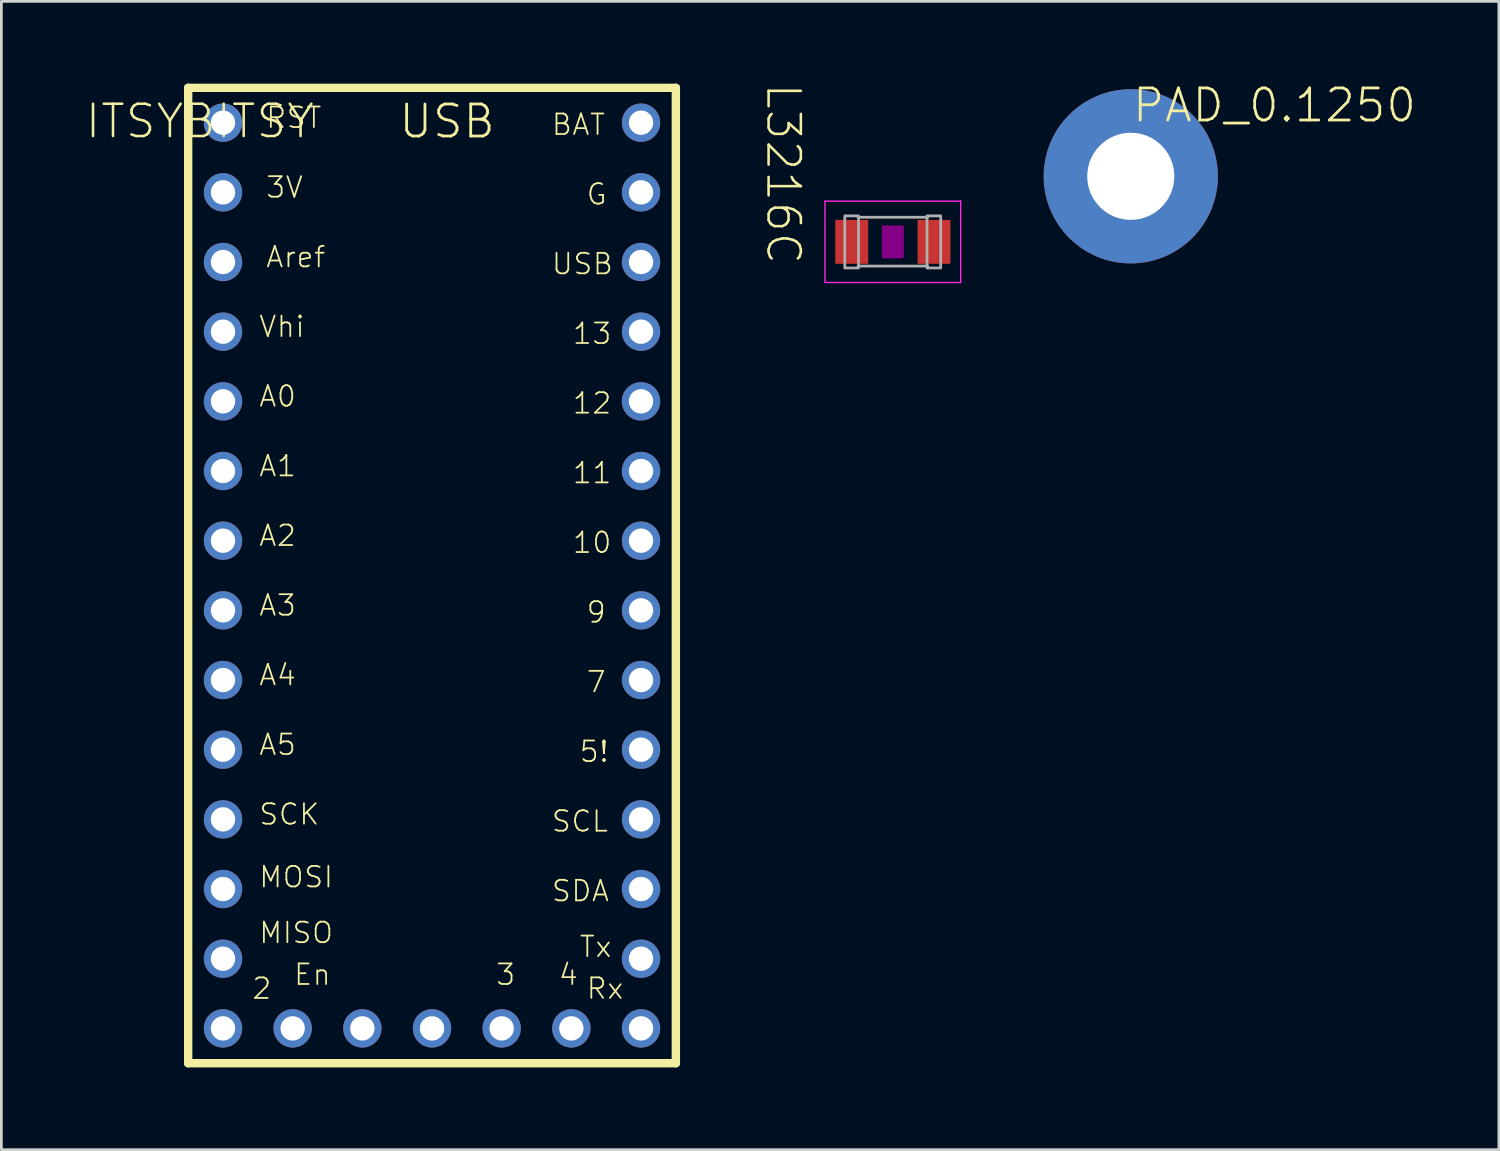
<source format=kicad_pcb>
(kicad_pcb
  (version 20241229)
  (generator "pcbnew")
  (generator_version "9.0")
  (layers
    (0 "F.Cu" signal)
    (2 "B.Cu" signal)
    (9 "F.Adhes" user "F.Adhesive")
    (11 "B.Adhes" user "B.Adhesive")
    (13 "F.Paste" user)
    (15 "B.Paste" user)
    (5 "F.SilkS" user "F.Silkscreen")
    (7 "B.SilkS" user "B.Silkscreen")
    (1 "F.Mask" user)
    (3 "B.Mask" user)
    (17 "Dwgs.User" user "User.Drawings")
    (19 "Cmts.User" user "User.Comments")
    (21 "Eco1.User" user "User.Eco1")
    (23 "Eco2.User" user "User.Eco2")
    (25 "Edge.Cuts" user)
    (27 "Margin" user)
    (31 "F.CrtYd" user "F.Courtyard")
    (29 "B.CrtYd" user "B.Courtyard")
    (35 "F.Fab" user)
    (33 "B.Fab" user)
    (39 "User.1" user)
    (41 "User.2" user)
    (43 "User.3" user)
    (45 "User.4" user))
  (footprint "L3216C"
    (layer "F.Cu")
    (at 29.501 5.767)
    (property "Reference" "L3216C" (at -3.302 0.889 270) (unlocked yes) (layer "F.SilkS") (effects (font (size 1.177 1.177) (thickness 0.093)) (justify right top)))
    (fp_poly (pts (xy -0.4 0.6) (xy 0.4 0.6) (xy 0.4 -0.6) (xy -0.4 -0.6)) (stroke (width 0) (type default)) (fill yes) (layer "F.Adhes"))
    (fp_line (start -2.473 -1.483) (end 2.473 -1.483) (stroke (width 0.051) (type solid)) (layer "F.CrtYd"))
    (fp_line (start -2.473 1.483) (end -2.473 -1.483) (stroke (width 0.051) (type solid)) (layer "F.CrtYd"))
    (fp_line (start 2.473 -1.483) (end 2.473 1.483) (stroke (width 0.051) (type solid)) (layer "F.CrtYd"))
    (fp_line (start 2.473 1.483) (end -2.473 1.483) (stroke (width 0.051) (type solid)) (layer "F.CrtYd"))
    (fp_line (start -1.27 -0.896) (end 1.27 -0.896) (stroke (width 0.102) (type solid)) (layer "F.Fab"))
    (fp_line (start -1.27 0.883) (end 1.27 0.883) (stroke (width 0.102) (type solid)) (layer "F.Fab"))
    (fp_poly (pts (xy -1.753 0.953) (xy -1.252 0.953) (xy -1.252 -0.947) (xy -1.753 -0.947)) (stroke (width 0.1) (type default)) (fill no) (layer "F.Fab"))
    (fp_poly (pts (xy 1.245 0.953) (xy 1.745 0.953) (xy 1.745 -0.947) (xy 1.245 -0.947)) (stroke (width 0.1) (type default)) (fill no) (layer "F.Fab"))
    (pad "1" smd rect (at -1.5 0) (size 1.2 1.6) (layers "F.Cu" "F.Mask" "F.Paste"))
    (pad "2" smd rect (at 1.5 0) (size 1.2 1.6) (layers "F.Cu" "F.Mask" "F.Paste")))
  (footprint "ITSYBITSY"
    (layer "F.Cu")
    (at 12.7 15.392)
    (property "Reference" "ITSYBITSY" (at -12.7 -13.335 0) (unlocked yes) (layer "F.SilkS") (effects (font (size 1.177 1.177) (thickness 0.093)) (justify left bottom)))
    (fp_line (start -8.89 -15.24) (end 8.89 -15.24) (stroke (width 0.305) (type solid)) (layer "F.SilkS"))
    (fp_line (start -8.89 20.32) (end -8.89 -15.24) (stroke (width 0.305) (type solid)) (layer "F.SilkS"))
    (fp_line (start 8.89 -15.24) (end 8.89 20.32) (stroke (width 0.305) (type solid)) (layer "F.SilkS"))
    (fp_line (start 8.89 20.32) (end -8.89 20.32) (stroke (width 0.305) (type solid)) (layer "F.SilkS"))
    (fp_text user "3V" (at -6.096 -11.176 0) (unlocked yes) (layer "F.SilkS") (effects (font (size 0.748 0.748) (thickness 0.065)) (justify left bottom)))
    (fp_text user "RST" (at -6.096 -13.716 0) (unlocked yes) (layer "F.SilkS") (effects (font (size 0.748 0.748) (thickness 0.065)) (justify left bottom)))
    (fp_text user "Rx" (at 5.588 18.034 0) (unlocked yes) (layer "F.SilkS") (effects (font (size 0.748 0.748) (thickness 0.065)) (justify left bottom)))
    (fp_text user "13" (at 5.08 -5.842 0) (unlocked yes) (layer "F.SilkS") (effects (font (size 0.748 0.748) (thickness 0.065)) (justify left bottom)))
    (fp_text user "USB" (at -1.27 -13.335 0) (unlocked yes) (layer "F.SilkS") (effects (font (size 1.168 1.168) (thickness 0.102)) (justify left bottom)))
    (fp_text user "Vhi" (at -6.35 -6.096 0) (unlocked yes) (layer "F.SilkS") (effects (font (size 0.748 0.748) (thickness 0.065)) (justify left bottom)))
    (fp_text user "11" (at 5.08 -0.762 0) (unlocked yes) (layer "F.SilkS") (effects (font (size 0.748 0.748) (thickness 0.065)) (justify left bottom)))
    (fp_text user "A5" (at -6.35 9.144 0) (unlocked yes) (layer "F.SilkS") (effects (font (size 0.748 0.748) (thickness 0.065)) (justify left bottom)))
    (fp_text user "MOSI" (at -6.35 13.97 0) (unlocked yes) (layer "F.SilkS") (effects (font (size 0.748 0.748) (thickness 0.065)) (justify left bottom)))
    (fp_text user "4" (at 4.572 17.526 0) (unlocked yes) (layer "F.SilkS") (effects (font (size 0.748 0.748) (thickness 0.065)) (justify left bottom)))
    (fp_text user "G" (at 5.588 -10.922 0) (unlocked yes) (layer "F.SilkS") (effects (font (size 0.748 0.748) (thickness 0.065)) (justify left bottom)))
    (fp_text user "A1" (at -6.35 -1.016 0) (unlocked yes) (layer "F.SilkS") (effects (font (size 0.748 0.748) (thickness 0.065)) (justify left bottom)))
    (fp_text user "7" (at 5.588 6.858 0) (unlocked yes) (layer "F.SilkS") (effects (font (size 0.748 0.748) (thickness 0.065)) (justify left bottom)))
    (fp_text user "BAT" (at 4.318 -13.462 0) (unlocked yes) (layer "F.SilkS") (effects (font (size 0.748 0.748) (thickness 0.065)) (justify left bottom)))
    (fp_text user "A4" (at -6.35 6.604 0) (unlocked yes) (layer "F.SilkS") (effects (font (size 0.748 0.748) (thickness 0.065)) (justify left bottom)))
    (fp_text user "En" (at -5.08 17.526 0) (unlocked yes) (layer "F.SilkS") (effects (font (size 0.748 0.748) (thickness 0.065)) (justify left bottom)))
    (fp_text user "2" (at -6.604 18.034 0) (unlocked yes) (layer "F.SilkS") (effects (font (size 0.748 0.748) (thickness 0.065)) (justify left bottom)))
    (fp_text user "12" (at 5.08 -3.302 0) (unlocked yes) (layer "F.SilkS") (effects (font (size 0.748 0.748) (thickness 0.065)) (justify left bottom)))
    (fp_text user "MISO" (at -6.35 16.002 0) (unlocked yes) (layer "F.SilkS") (effects (font (size 0.748 0.748) (thickness 0.065)) (justify left bottom)))
    (fp_text user "SCL" (at 4.318 11.938 0) (unlocked yes) (layer "F.SilkS") (effects (font (size 0.748 0.748) (thickness 0.065)) (justify left bottom)))
    (fp_text user "5!" (at 5.334 9.398 0) (unlocked yes) (layer "F.SilkS") (effects (font (size 0.748 0.748) (thickness 0.065)) (justify left bottom)))
    (fp_text user "Tx" (at 5.334 16.51 0) (unlocked yes) (layer "F.SilkS") (effects (font (size 0.748 0.748) (thickness 0.065)) (justify left bottom)))
    (fp_text user "USB" (at 4.318 -8.382 0) (unlocked yes) (layer "F.SilkS") (effects (font (size 0.748 0.748) (thickness 0.065)) (justify left bottom)))
    (fp_text user "10" (at 5.08 1.778 0) (unlocked yes) (layer "F.SilkS") (effects (font (size 0.748 0.748) (thickness 0.065)) (justify left bottom)))
    (fp_text user "SDA" (at 4.318 14.478 0) (unlocked yes) (layer "F.SilkS") (effects (font (size 0.748 0.748) (thickness 0.065)) (justify left bottom)))
    (fp_text user "Aref" (at -6.096 -8.636 0) (unlocked yes) (layer "F.SilkS") (effects (font (size 0.748 0.748) (thickness 0.065)) (justify left bottom)))
    (fp_text user "A3" (at -6.35 4.064 0) (unlocked yes) (layer "F.SilkS") (effects (font (size 0.748 0.748) (thickness 0.065)) (justify left bottom)))
    (fp_text user "3" (at 2.286 17.526 0) (unlocked yes) (layer "F.SilkS") (effects (font (size 0.748 0.748) (thickness 0.065)) (justify left bottom)))
    (fp_text user "SCK" (at -6.35 11.684 0) (unlocked yes) (layer "F.SilkS") (effects (font (size 0.748 0.748) (thickness 0.065)) (justify left bottom)))
    (fp_text user "9" (at 5.588 4.318 0) (unlocked yes) (layer "F.SilkS") (effects (font (size 0.748 0.748) (thickness 0.065)) (justify left bottom)))
    (fp_text user "A0" (at -6.35 -3.556 0) (unlocked yes) (layer "F.SilkS") (effects (font (size 0.748 0.748) (thickness 0.065)) (justify left bottom)))
    (fp_text user "A2" (at -6.35 1.524 0) (unlocked yes) (layer "F.SilkS") (effects (font (size 0.748 0.748) (thickness 0.065)) (justify left bottom)))
    (pad "1" thru_hole circle (at -7.62 -13.97) (size 1.397 1.397) (drill 0.889) (layers "*.Cu" "*.Mask"))
    (pad "2" thru_hole circle (at -7.62 -11.43) (size 1.397 1.397) (drill 0.889) (layers "*.Cu" "*.Mask"))
    (pad "3" thru_hole circle (at -7.62 -8.89) (size 1.397 1.397) (drill 0.889) (layers "*.Cu" "*.Mask"))
    (pad "4" thru_hole circle (at -7.62 -6.35) (size 1.397 1.397) (drill 0.889) (layers "*.Cu" "*.Mask"))
    (pad "5" thru_hole circle (at -7.62 -3.81) (size 1.397 1.397) (drill 0.889) (layers "*.Cu" "*.Mask"))
    (pad "6" thru_hole circle (at -7.62 -1.27) (size 1.397 1.397) (drill 0.889) (layers "*.Cu" "*.Mask"))
    (pad "7" thru_hole circle (at -7.62 1.27) (size 1.397 1.397) (drill 0.889) (layers "*.Cu" "*.Mask"))
    (pad "8" thru_hole circle (at -7.62 3.81) (size 1.397 1.397) (drill 0.889) (layers "*.Cu" "*.Mask"))
    (pad "9" thru_hole circle (at -7.62 6.35) (size 1.397 1.397) (drill 0.889) (layers "*.Cu" "*.Mask"))
    (pad "10" thru_hole circle (at -7.62 8.89) (size 1.397 1.397) (drill 0.889) (layers "*.Cu" "*.Mask"))
    (pad "11" thru_hole circle (at -7.62 11.43) (size 1.397 1.397) (drill 0.889) (layers "*.Cu" "*.Mask"))
    (pad "12" thru_hole circle (at -7.62 13.97) (size 1.397 1.397) (drill 0.889) (layers "*.Cu" "*.Mask"))
    (pad "13" thru_hole circle (at -7.62 16.51) (size 1.397 1.397) (drill 0.889) (layers "*.Cu" "*.Mask"))
    (pad "14" thru_hole circle (at -7.62 19.05) (size 1.397 1.397) (drill 0.889) (layers "*.Cu" "*.Mask"))
    (pad "15" thru_hole circle (at -5.08 19.05) (size 1.397 1.397) (drill 0.889) (layers "*.Cu" "*.Mask"))
    (pad "16" thru_hole circle (at -2.54 19.05) (size 1.397 1.397) (drill 0.889) (layers "*.Cu" "*.Mask"))
    (pad "17" thru_hole circle (at 0 19.05) (size 1.397 1.397) (drill 0.889) (layers "*.Cu" "*.Mask"))
    (pad "18" thru_hole circle (at 2.54 19.05) (size 1.397 1.397) (drill 0.889) (layers "*.Cu" "*.Mask"))
    (pad "19" thru_hole circle (at 5.08 19.05) (size 1.397 1.397) (drill 0.889) (layers "*.Cu" "*.Mask"))
    (pad "20" thru_hole circle (at 7.62 19.05) (size 1.397 1.397) (drill 0.889) (layers "*.Cu" "*.Mask"))
    (pad "21" thru_hole circle (at 7.62 16.51) (size 1.397 1.397) (drill 0.889) (layers "*.Cu" "*.Mask"))
    (pad "22" thru_hole circle (at 7.62 13.97) (size 1.397 1.397) (drill 0.889) (layers "*.Cu" "*.Mask"))
    (pad "23" thru_hole circle (at 7.62 11.43) (size 1.397 1.397) (drill 0.889) (layers "*.Cu" "*.Mask"))
    (pad "24" thru_hole circle (at 7.62 8.89) (size 1.397 1.397) (drill 0.889) (layers "*.Cu" "*.Mask"))
    (pad "25" thru_hole circle (at 7.62 6.35) (size 1.397 1.397) (drill 0.889) (layers "*.Cu" "*.Mask"))
    (pad "26" thru_hole circle (at 7.62 3.81) (size 1.397 1.397) (drill 0.889) (layers "*.Cu" "*.Mask"))
    (pad "27" thru_hole circle (at 7.62 1.27) (size 1.397 1.397) (drill 0.889) (layers "*.Cu" "*.Mask"))
    (pad "28" thru_hole circle (at 7.62 -1.27) (size 1.397 1.397) (drill 0.889) (layers "*.Cu" "*.Mask"))
    (pad "29" thru_hole circle (at 7.62 -3.81) (size 1.397 1.397) (drill 0.889) (layers "*.Cu" "*.Mask"))
    (pad "30" thru_hole circle (at 7.62 -6.35) (size 1.397 1.397) (drill 0.889) (layers "*.Cu" "*.Mask"))
    (pad "31" thru_hole circle (at 7.62 -8.89) (size 1.397 1.397) (drill 0.889) (layers "*.Cu" "*.Mask"))
    (pad "32" thru_hole circle (at 7.62 -11.43) (size 1.397 1.397) (drill 0.889) (layers "*.Cu" "*.Mask"))
    (pad "33" thru_hole circle (at 7.62 -13.97) (size 1.397 1.397) (drill 0.889) (layers "*.Cu" "*.Mask")))
  (footprint "PAD_0.1250"
    (layer "F.Cu")
    (at 38.175 3.378)
    (property "Reference" "PAD_0.1250" (at 0 -1.905 0) (unlocked yes) (layer "F.SilkS") (effects (font (size 1.168 1.168) (thickness 0.102)) (justify left bottom)))
    (pad "1" thru_hole circle (at 0 0) (size 6.35 6.35) (drill 3.175) (layers "*.Cu" "*.Mask")))
  (gr_rect
    (start -3 -3)
    (end 51.595 38.865)
    (stroke (width 0.1) (type default))
    (fill no)
    (layer "Edge.Cuts")))
</source>
